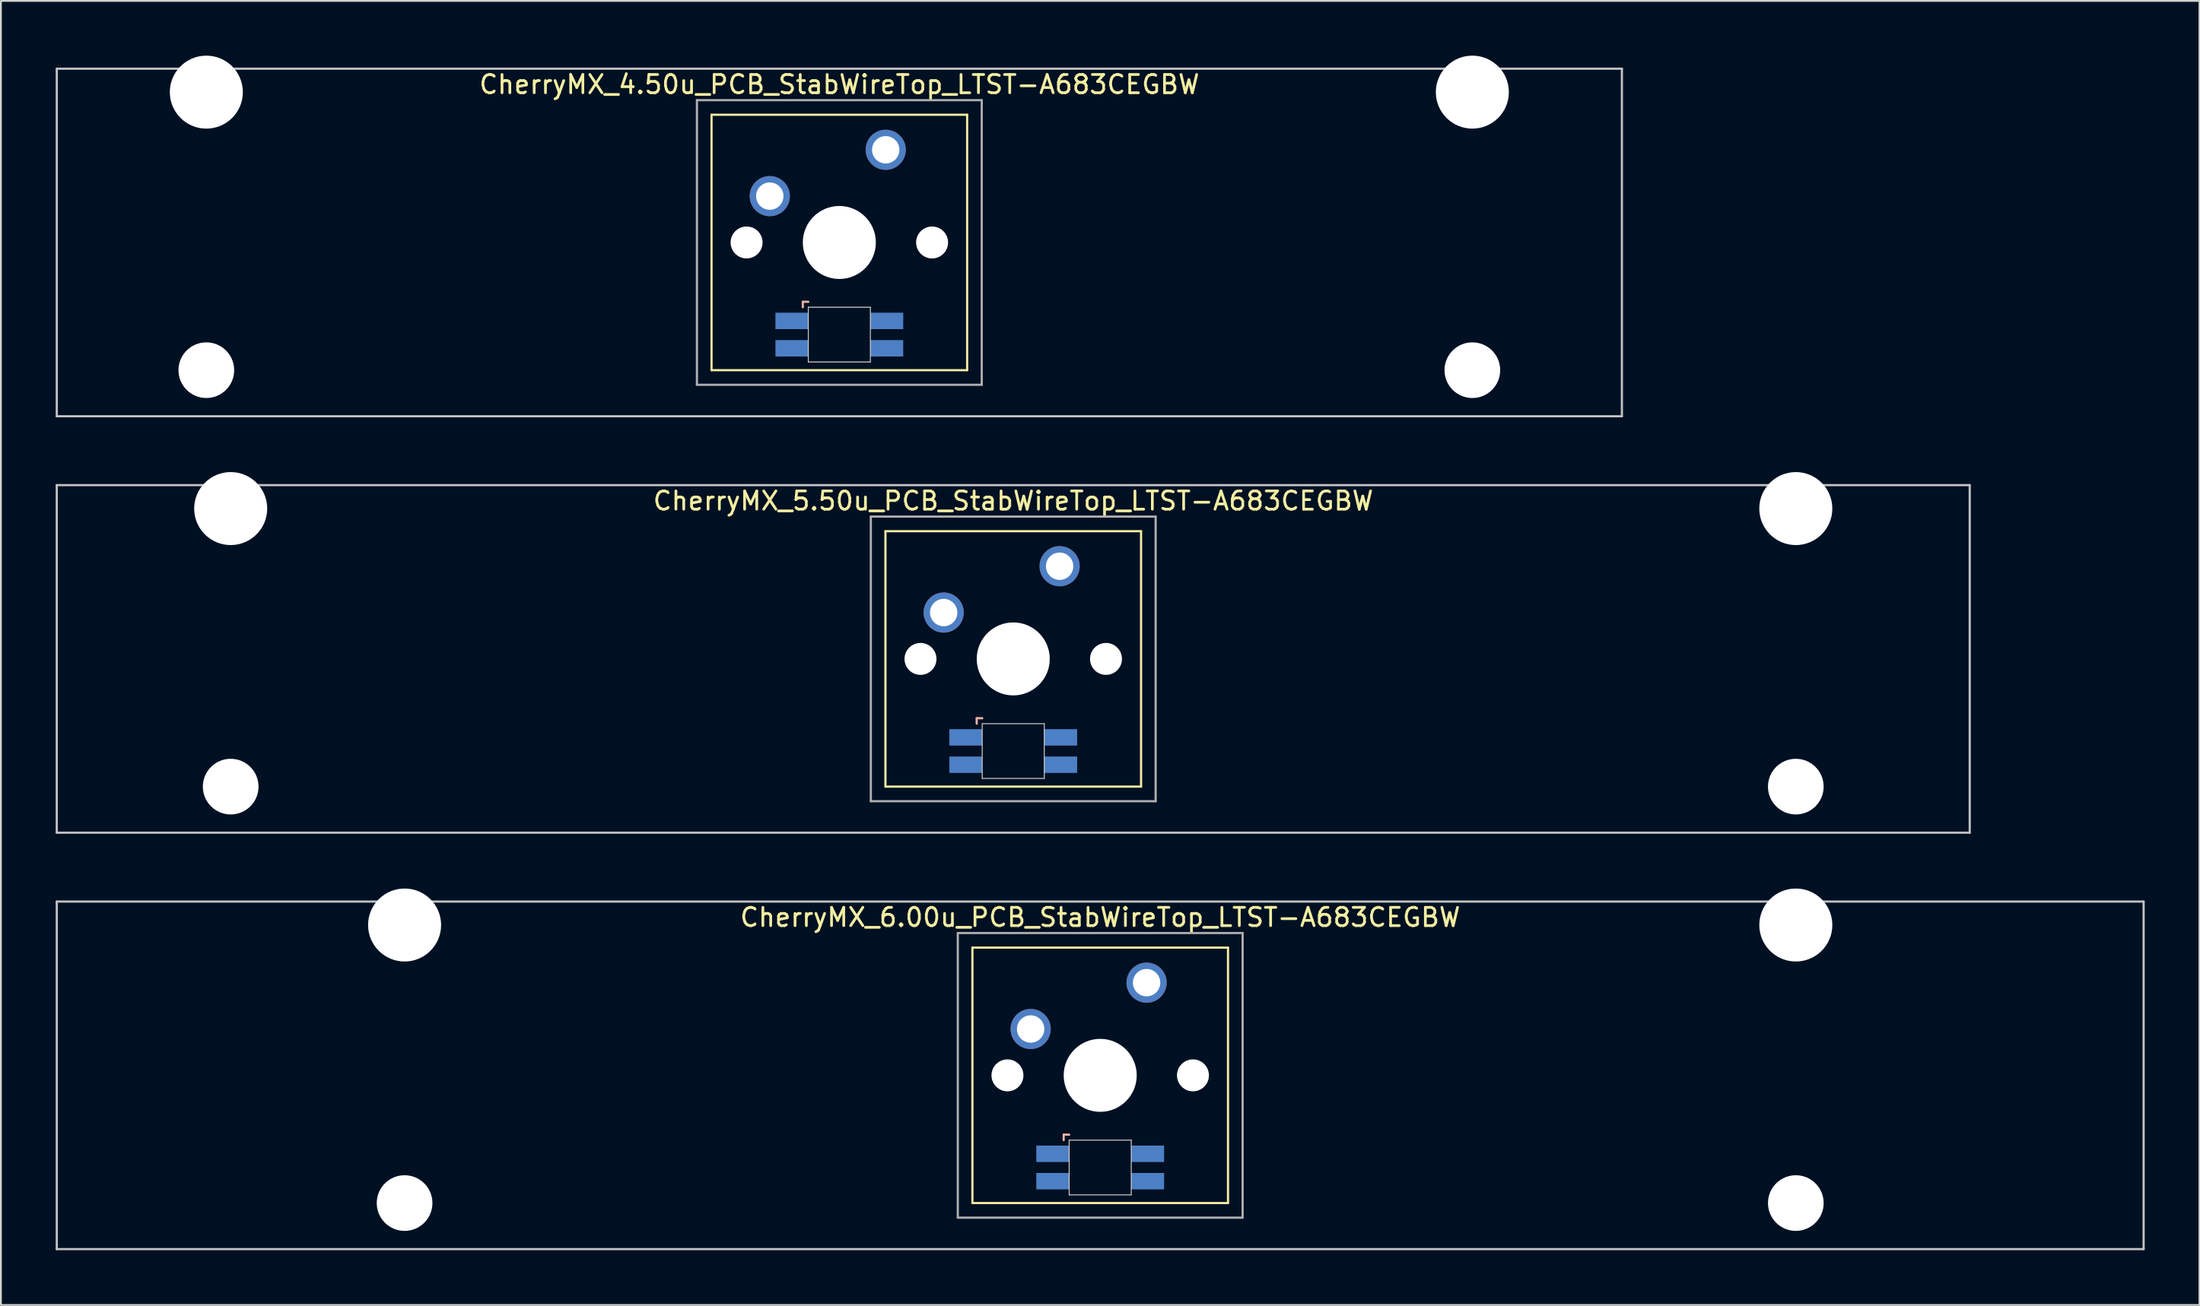
<source format=kicad_pcb>
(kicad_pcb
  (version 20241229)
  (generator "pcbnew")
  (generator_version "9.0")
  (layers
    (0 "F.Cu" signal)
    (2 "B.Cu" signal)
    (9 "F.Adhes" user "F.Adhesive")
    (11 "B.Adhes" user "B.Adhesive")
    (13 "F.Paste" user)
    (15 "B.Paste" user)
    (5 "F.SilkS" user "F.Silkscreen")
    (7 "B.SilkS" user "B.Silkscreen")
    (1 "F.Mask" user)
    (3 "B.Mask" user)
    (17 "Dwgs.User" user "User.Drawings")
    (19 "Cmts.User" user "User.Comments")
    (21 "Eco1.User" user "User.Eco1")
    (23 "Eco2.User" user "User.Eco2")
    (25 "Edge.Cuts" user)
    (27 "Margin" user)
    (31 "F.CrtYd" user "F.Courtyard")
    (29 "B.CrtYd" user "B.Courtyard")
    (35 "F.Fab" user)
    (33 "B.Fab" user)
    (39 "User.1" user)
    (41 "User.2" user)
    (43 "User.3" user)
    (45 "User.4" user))
  (footprint "CherryMX_6.00u_PCB_StabWireTop_LTST-A683CEGBW"
    (layer "F.Cu")
    (at 57.21 55.89)
    (property "Reference" "CherryMX_6.00u_PCB_StabWireTop_LTST-A683CEGBW" (at 0 -8.662 0) (layer "F.SilkS") (effects (font (size 1 1) (thickness 0.15))))
    (attr through_hole)
    (fp_line (start -7 -7) (end -7 7) (stroke (width 0.12) (type solid)) (layer "F.SilkS"))
    (fp_line (start -7 -7) (end 7 -7) (stroke (width 0.12) (type solid)) (layer "F.SilkS"))
    (fp_line (start 7 -7) (end 7 7) (stroke (width 0.12) (type solid)) (layer "F.SilkS"))
    (fp_line (start 7 7) (end -7 7) (stroke (width 0.12) (type solid)) (layer "F.SilkS"))
    (fp_line (start -2 3.25) (end -2 3.55) (stroke (width 0.12) (type solid)) (layer "B.SilkS"))
    (fp_line (start -1.7 3.25) (end -2 3.25) (stroke (width 0.12) (type solid)) (layer "B.SilkS"))
    (fp_line (start -57.15 -9.525) (end 57.15 -9.525) (stroke (width 0.12) (type solid)) (layer "Dwgs.User"))
    (fp_line (start -57.15 9.525) (end -57.15 -9.525) (stroke (width 0.12) (type solid)) (layer "Dwgs.User"))
    (fp_line (start 57.15 -9.525) (end 57.15 9.525) (stroke (width 0.12) (type solid)) (layer "Dwgs.User"))
    (fp_line (start 57.15 9.525) (end -57.15 9.525) (stroke (width 0.12) (type solid)) (layer "Dwgs.User"))
    (fp_line (start -1.7 3.55) (end 1.7 3.55) (stroke (width 0.05) (type solid)) (layer "Edge.Cuts"))
    (fp_line (start -1.7 6.55) (end -1.7 3.55) (stroke (width 0.05) (type solid)) (layer "Edge.Cuts"))
    (fp_line (start 1.7 3.55) (end 1.7 6.55) (stroke (width 0.05) (type solid)) (layer "Edge.Cuts"))
    (fp_line (start 1.7 6.55) (end -1.7 6.55) (stroke (width 0.05) (type solid)) (layer "Edge.Cuts"))
    (fp_line (start -7.8 -7.8) (end -7.8 7.8) (stroke (width 0.12) (type solid)) (layer "F.Fab"))
    (fp_line (start -7.8 -7.8) (end 7.8 -7.8) (stroke (width 0.12) (type solid)) (layer "F.Fab"))
    (fp_line (start -7.8 7.8) (end 7.8 7.8) (stroke (width 0.12) (type solid)) (layer "F.Fab"))
    (fp_line (start 7.8 -7.8) (end 7.8 7.8) (stroke (width 0.12) (type solid)) (layer "F.Fab"))
    (pad "" np_thru_hole circle (at -38.1 -8.24) (size 4 4) (drill 4) (layers "*.Cu" "*.Mask"))
    (pad "" np_thru_hole circle (at -38.1 7) (size 3.05 3.05) (drill 3.05) (layers "*.Cu" "*.Mask"))
    (pad "" np_thru_hole circle (at -5.08 0) (size 1.75 1.75) (drill 1.75) (layers "*.Cu" "*.Mask"))
    (pad "" np_thru_hole circle (at 0 0) (size 4 4) (drill 4) (layers "*.Cu" "*.Mask"))
    (pad "" np_thru_hole circle (at 5.08 0) (size 1.75 1.75) (drill 1.75) (layers "*.Cu" "*.Mask"))
    (pad "" np_thru_hole circle (at 38.1 -8.24) (size 4 4) (drill 4) (layers "*.Cu" "*.Mask"))
    (pad "" np_thru_hole circle (at 38.1 7) (size 3.05 3.05) (drill 3.05) (layers "*.Cu" "*.Mask"))
    (pad "1" thru_hole circle (at -3.81 -2.54) (size 2.2 2.2) (drill 1.5) (layers "*.Cu" "*.Mask"))
    (pad "2" thru_hole circle (at 2.54 -5.08) (size 2.2 2.2) (drill 1.5) (layers "*.Cu" "*.Mask"))
    (pad "3" smd rect (at -2.6 4.3) (size 1.8 0.9) (layers "B.Cu" "B.Mask" "B.Paste"))
    (pad "4" smd rect (at -2.6 5.8) (size 1.8 0.9) (layers "B.Cu" "B.Mask" "B.Paste"))
    (pad "5" smd rect (at 2.6 4.3) (size 1.8 0.9) (layers "B.Cu" "B.Mask" "B.Paste"))
    (pad "6" smd rect (at 2.6 5.8) (size 1.8 0.9) (layers "B.Cu" "B.Mask" "B.Paste")))
  (footprint "CherryMX_5.50u_PCB_StabWireTop_LTST-A683CEGBW"
    (layer "F.Cu")
    (at 52.447 33.065)
    (property "Reference" "CherryMX_5.50u_PCB_StabWireTop_LTST-A683CEGBW" (at 0 -8.662 0) (layer "F.SilkS") (effects (font (size 1 1) (thickness 0.15))))
    (attr through_hole)
    (fp_line (start -7 -7) (end -7 7) (stroke (width 0.12) (type solid)) (layer "F.SilkS"))
    (fp_line (start -7 -7) (end 7 -7) (stroke (width 0.12) (type solid)) (layer "F.SilkS"))
    (fp_line (start 7 -7) (end 7 7) (stroke (width 0.12) (type solid)) (layer "F.SilkS"))
    (fp_line (start 7 7) (end -7 7) (stroke (width 0.12) (type solid)) (layer "F.SilkS"))
    (fp_line (start -2 3.25) (end -2 3.55) (stroke (width 0.12) (type solid)) (layer "B.SilkS"))
    (fp_line (start -1.7 3.25) (end -2 3.25) (stroke (width 0.12) (type solid)) (layer "B.SilkS"))
    (fp_line (start -52.388 -9.525) (end 52.388 -9.525) (stroke (width 0.12) (type solid)) (layer "Dwgs.User"))
    (fp_line (start -52.388 9.525) (end -52.388 -9.525) (stroke (width 0.12) (type solid)) (layer "Dwgs.User"))
    (fp_line (start 52.388 -9.525) (end 52.388 9.525) (stroke (width 0.12) (type solid)) (layer "Dwgs.User"))
    (fp_line (start 52.388 9.525) (end -52.388 9.525) (stroke (width 0.12) (type solid)) (layer "Dwgs.User"))
    (fp_line (start -1.7 3.55) (end 1.7 3.55) (stroke (width 0.05) (type solid)) (layer "Edge.Cuts"))
    (fp_line (start -1.7 6.55) (end -1.7 3.55) (stroke (width 0.05) (type solid)) (layer "Edge.Cuts"))
    (fp_line (start 1.7 3.55) (end 1.7 6.55) (stroke (width 0.05) (type solid)) (layer "Edge.Cuts"))
    (fp_line (start 1.7 6.55) (end -1.7 6.55) (stroke (width 0.05) (type solid)) (layer "Edge.Cuts"))
    (fp_line (start -7.8 -7.8) (end -7.8 7.8) (stroke (width 0.12) (type solid)) (layer "F.Fab"))
    (fp_line (start -7.8 -7.8) (end 7.8 -7.8) (stroke (width 0.12) (type solid)) (layer "F.Fab"))
    (fp_line (start -7.8 7.8) (end 7.8 7.8) (stroke (width 0.12) (type solid)) (layer "F.Fab"))
    (fp_line (start 7.8 -7.8) (end 7.8 7.8) (stroke (width 0.12) (type solid)) (layer "F.Fab"))
    (pad "" np_thru_hole circle (at -42.862 -8.24) (size 4 4) (drill 4) (layers "*.Cu" "*.Mask"))
    (pad "" np_thru_hole circle (at -42.862 7) (size 3.05 3.05) (drill 3.05) (layers "*.Cu" "*.Mask"))
    (pad "" np_thru_hole circle (at -5.08 0) (size 1.75 1.75) (drill 1.75) (layers "*.Cu" "*.Mask"))
    (pad "" np_thru_hole circle (at 0 0) (size 4 4) (drill 4) (layers "*.Cu" "*.Mask"))
    (pad "" np_thru_hole circle (at 5.08 0) (size 1.75 1.75) (drill 1.75) (layers "*.Cu" "*.Mask"))
    (pad "" np_thru_hole circle (at 42.862 -8.24) (size 4 4) (drill 4) (layers "*.Cu" "*.Mask"))
    (pad "" np_thru_hole circle (at 42.862 7) (size 3.05 3.05) (drill 3.05) (layers "*.Cu" "*.Mask"))
    (pad "1" thru_hole circle (at -3.81 -2.54) (size 2.2 2.2) (drill 1.5) (layers "*.Cu" "*.Mask"))
    (pad "2" thru_hole circle (at 2.54 -5.08) (size 2.2 2.2) (drill 1.5) (layers "*.Cu" "*.Mask"))
    (pad "3" smd rect (at -2.6 4.3) (size 1.8 0.9) (layers "B.Cu" "B.Mask" "B.Paste"))
    (pad "4" smd rect (at -2.6 5.8) (size 1.8 0.9) (layers "B.Cu" "B.Mask" "B.Paste"))
    (pad "5" smd rect (at 2.6 4.3) (size 1.8 0.9) (layers "B.Cu" "B.Mask" "B.Paste"))
    (pad "6" smd rect (at 2.6 5.8) (size 1.8 0.9) (layers "B.Cu" "B.Mask" "B.Paste")))
  (footprint "CherryMX_4.50u_PCB_StabWireTop_LTST-A683CEGBW"
    (layer "F.Cu")
    (at 42.922 10.24)
    (property "Reference" "CherryMX_4.50u_PCB_StabWireTop_LTST-A683CEGBW" (at 0 -8.662 0) (layer "F.SilkS") (effects (font (size 1 1) (thickness 0.15))))
    (attr through_hole)
    (fp_line (start -7 -7) (end -7 7) (stroke (width 0.12) (type solid)) (layer "F.SilkS"))
    (fp_line (start -7 -7) (end 7 -7) (stroke (width 0.12) (type solid)) (layer "F.SilkS"))
    (fp_line (start 7 -7) (end 7 7) (stroke (width 0.12) (type solid)) (layer "F.SilkS"))
    (fp_line (start 7 7) (end -7 7) (stroke (width 0.12) (type solid)) (layer "F.SilkS"))
    (fp_line (start -2 3.25) (end -2 3.55) (stroke (width 0.12) (type solid)) (layer "B.SilkS"))
    (fp_line (start -1.7 3.25) (end -2 3.25) (stroke (width 0.12) (type solid)) (layer "B.SilkS"))
    (fp_line (start -42.862 -9.525) (end 42.862 -9.525) (stroke (width 0.12) (type solid)) (layer "Dwgs.User"))
    (fp_line (start -42.862 9.525) (end -42.862 -9.525) (stroke (width 0.12) (type solid)) (layer "Dwgs.User"))
    (fp_line (start 42.862 -9.525) (end 42.862 9.525) (stroke (width 0.12) (type solid)) (layer "Dwgs.User"))
    (fp_line (start 42.862 9.525) (end -42.862 9.525) (stroke (width 0.12) (type solid)) (layer "Dwgs.User"))
    (fp_line (start -1.7 3.55) (end 1.7 3.55) (stroke (width 0.05) (type solid)) (layer "Edge.Cuts"))
    (fp_line (start -1.7 6.55) (end -1.7 3.55) (stroke (width 0.05) (type solid)) (layer "Edge.Cuts"))
    (fp_line (start 1.7 3.55) (end 1.7 6.55) (stroke (width 0.05) (type solid)) (layer "Edge.Cuts"))
    (fp_line (start 1.7 6.55) (end -1.7 6.55) (stroke (width 0.05) (type solid)) (layer "Edge.Cuts"))
    (fp_line (start -7.8 -7.8) (end -7.8 7.8) (stroke (width 0.12) (type solid)) (layer "F.Fab"))
    (fp_line (start -7.8 -7.8) (end 7.8 -7.8) (stroke (width 0.12) (type solid)) (layer "F.Fab"))
    (fp_line (start -7.8 7.8) (end 7.8 7.8) (stroke (width 0.12) (type solid)) (layer "F.Fab"))
    (fp_line (start 7.8 -7.8) (end 7.8 7.8) (stroke (width 0.12) (type solid)) (layer "F.Fab"))
    (pad "" np_thru_hole circle (at -34.671 -8.24) (size 4 4) (drill 4) (layers "*.Cu" "*.Mask"))
    (pad "" np_thru_hole circle (at -34.671 7) (size 3.05 3.05) (drill 3.05) (layers "*.Cu" "*.Mask"))
    (pad "" np_thru_hole circle (at -5.08 0) (size 1.75 1.75) (drill 1.75) (layers "*.Cu" "*.Mask"))
    (pad "" np_thru_hole circle (at 0 0) (size 4 4) (drill 4) (layers "*.Cu" "*.Mask"))
    (pad "" np_thru_hole circle (at 5.08 0) (size 1.75 1.75) (drill 1.75) (layers "*.Cu" "*.Mask"))
    (pad "" np_thru_hole circle (at 34.671 -8.24) (size 4 4) (drill 4) (layers "*.Cu" "*.Mask"))
    (pad "" np_thru_hole circle (at 34.671 7) (size 3.05 3.05) (drill 3.05) (layers "*.Cu" "*.Mask"))
    (pad "1" thru_hole circle (at -3.81 -2.54) (size 2.2 2.2) (drill 1.5) (layers "*.Cu" "*.Mask"))
    (pad "2" thru_hole circle (at 2.54 -5.08) (size 2.2 2.2) (drill 1.5) (layers "*.Cu" "*.Mask"))
    (pad "3" smd rect (at -2.6 4.3) (size 1.8 0.9) (layers "B.Cu" "B.Mask" "B.Paste"))
    (pad "4" smd rect (at -2.6 5.8) (size 1.8 0.9) (layers "B.Cu" "B.Mask" "B.Paste"))
    (pad "5" smd rect (at 2.6 4.3) (size 1.8 0.9) (layers "B.Cu" "B.Mask" "B.Paste"))
    (pad "6" smd rect (at 2.6 5.8) (size 1.8 0.9) (layers "B.Cu" "B.Mask" "B.Paste")))
  (gr_rect
    (start -3 -3)
    (end 117.42 68.475)
    (stroke (width 0.1) (type default))
    (fill no)
    (layer "Edge.Cuts")))
</source>
